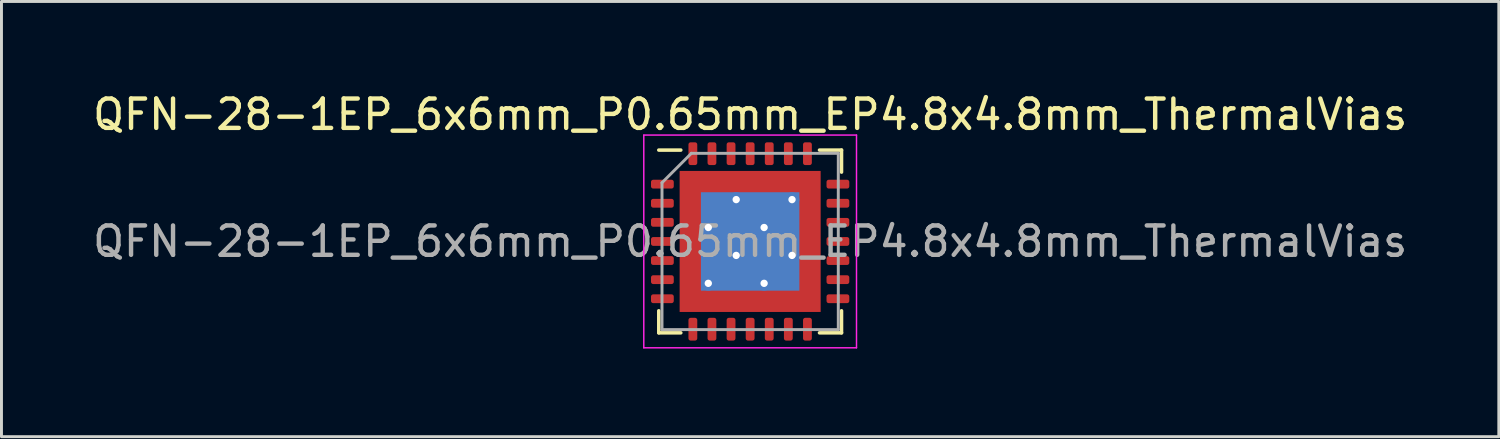
<source format=kicad_pcb>
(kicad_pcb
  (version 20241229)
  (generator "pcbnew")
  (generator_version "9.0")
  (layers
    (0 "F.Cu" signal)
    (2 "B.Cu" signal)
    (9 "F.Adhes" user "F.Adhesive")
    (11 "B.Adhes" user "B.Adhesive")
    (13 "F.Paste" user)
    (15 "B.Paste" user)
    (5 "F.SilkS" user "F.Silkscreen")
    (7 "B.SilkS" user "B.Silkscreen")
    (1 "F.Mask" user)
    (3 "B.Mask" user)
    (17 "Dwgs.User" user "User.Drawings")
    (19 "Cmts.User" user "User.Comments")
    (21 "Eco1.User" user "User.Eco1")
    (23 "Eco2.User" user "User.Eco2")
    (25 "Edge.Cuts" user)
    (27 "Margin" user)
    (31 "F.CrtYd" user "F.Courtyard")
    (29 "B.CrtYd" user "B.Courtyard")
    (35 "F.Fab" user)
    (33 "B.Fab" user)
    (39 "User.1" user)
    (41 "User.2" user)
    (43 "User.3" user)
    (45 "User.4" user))
  (footprint "QFN-28-1EP_6x6mm_P0.65mm_EP4.8x4.8mm_ThermalVias"
    (layer "F.Cu")
    (at 22.482 5.168)
    (property "Reference" "QFN-28-1EP_6x6mm_P0.65mm_EP4.8x4.8mm_ThermalVias" (at 0 -4.32 0) (layer "F.SilkS") (effects (font (size 1 1) (thickness 0.15))))
    (attr smd)
    (fp_line (start -3.11 3.11) (end -3.11 2.36) (stroke (width 0.12) (type solid)) (layer "F.SilkS"))
    (fp_line (start -2.36 -3.11) (end -3.11 -3.11) (stroke (width 0.12) (type solid)) (layer "F.SilkS"))
    (fp_line (start -2.36 3.11) (end -3.11 3.11) (stroke (width 0.12) (type solid)) (layer "F.SilkS"))
    (fp_line (start 2.36 -3.11) (end 3.11 -3.11) (stroke (width 0.12) (type solid)) (layer "F.SilkS"))
    (fp_line (start 2.36 3.11) (end 3.11 3.11) (stroke (width 0.12) (type solid)) (layer "F.SilkS"))
    (fp_line (start 3.11 -3.11) (end 3.11 -2.36) (stroke (width 0.12) (type solid)) (layer "F.SilkS"))
    (fp_line (start 3.11 3.11) (end 3.11 2.36) (stroke (width 0.12) (type solid)) (layer "F.SilkS"))
    (fp_line (start -3.62 -3.62) (end -3.62 3.62) (stroke (width 0.05) (type solid)) (layer "F.CrtYd"))
    (fp_line (start -3.62 3.62) (end 3.62 3.62) (stroke (width 0.05) (type solid)) (layer "F.CrtYd"))
    (fp_line (start 3.62 -3.62) (end -3.62 -3.62) (stroke (width 0.05) (type solid)) (layer "F.CrtYd"))
    (fp_line (start 3.62 3.62) (end 3.62 -3.62) (stroke (width 0.05) (type solid)) (layer "F.CrtYd"))
    (fp_line (start -3 -2) (end -2 -3) (stroke (width 0.1) (type solid)) (layer "F.Fab"))
    (fp_line (start -3 3) (end -3 -2) (stroke (width 0.1) (type solid)) (layer "F.Fab"))
    (fp_line (start -2 -3) (end 3 -3) (stroke (width 0.1) (type solid)) (layer "F.Fab"))
    (fp_line (start 3 -3) (end 3 3) (stroke (width 0.1) (type solid)) (layer "F.Fab"))
    (fp_line (start 3 3) (end -3 3) (stroke (width 0.1) (type solid)) (layer "F.Fab"))
    (fp_text user "${REFERENCE}" (at 0 0 0) (layer "F.Fab") (effects (font (size 1 1) (thickness 0.15))))
    (pad "" smd roundrect (at -1.913 -1.913) (size 0.786 0.786) (layers "F.Paste") (roundrect_rratio 0.25))
    (pad "" smd roundrect (at -1.913 -0.95) (size 0.786 0.766) (layers "F.Paste") (roundrect_rratio 0.25))
    (pad "" smd roundrect (at -1.913 0) (size 0.786 0.766) (layers "F.Paste") (roundrect_rratio 0.25))
    (pad "" smd roundrect (at -1.913 0.95) (size 0.786 0.766) (layers "F.Paste") (roundrect_rratio 0.25))
    (pad "" smd roundrect (at -1.913 1.913) (size 0.786 0.786) (layers "F.Paste") (roundrect_rratio 0.25))
    (pad "" smd roundrect (at -0.95 -1.913) (size 0.766 0.786) (layers "F.Paste") (roundrect_rratio 0.25))
    (pad "" smd roundrect (at -0.95 -0.95) (size 0.766 0.766) (layers "F.Paste") (roundrect_rratio 0.25))
    (pad "" smd roundrect (at -0.95 0) (size 0.766 0.766) (layers "F.Paste") (roundrect_rratio 0.25))
    (pad "" smd roundrect (at -0.95 0.95) (size 0.766 0.766) (layers "F.Paste") (roundrect_rratio 0.25))
    (pad "" smd roundrect (at -0.95 1.913) (size 0.766 0.786) (layers "F.Paste") (roundrect_rratio 0.25))
    (pad "" smd roundrect (at 0 -1.913) (size 0.766 0.786) (layers "F.Paste") (roundrect_rratio 0.25))
    (pad "" smd roundrect (at 0 -0.95) (size 0.766 0.766) (layers "F.Paste") (roundrect_rratio 0.25))
    (pad "" smd roundrect (at 0 0) (size 0.766 0.766) (layers "F.Paste") (roundrect_rratio 0.25))
    (pad "" smd roundrect (at 0 0.95) (size 0.766 0.766) (layers "F.Paste") (roundrect_rratio 0.25))
    (pad "" smd roundrect (at 0 1.913) (size 0.766 0.786) (layers "F.Paste") (roundrect_rratio 0.25))
    (pad "" smd roundrect (at 0.95 -1.913) (size 0.766 0.786) (layers "F.Paste") (roundrect_rratio 0.25))
    (pad "" smd roundrect (at 0.95 -0.95) (size 0.766 0.766) (layers "F.Paste") (roundrect_rratio 0.25))
    (pad "" smd roundrect (at 0.95 0) (size 0.766 0.766) (layers "F.Paste") (roundrect_rratio 0.25))
    (pad "" smd roundrect (at 0.95 0.95) (size 0.766 0.766) (layers "F.Paste") (roundrect_rratio 0.25))
    (pad "" smd roundrect (at 0.95 1.913) (size 0.766 0.786) (layers "F.Paste") (roundrect_rratio 0.25))
    (pad "" smd roundrect (at 1.913 -1.913) (size 0.786 0.786) (layers "F.Paste") (roundrect_rratio 0.25))
    (pad "" smd roundrect (at 1.913 -0.95) (size 0.786 0.766) (layers "F.Paste") (roundrect_rratio 0.25))
    (pad "" smd roundrect (at 1.913 0) (size 0.786 0.766) (layers "F.Paste") (roundrect_rratio 0.25))
    (pad "" smd roundrect (at 1.913 0.95) (size 0.786 0.766) (layers "F.Paste") (roundrect_rratio 0.25))
    (pad "" smd roundrect (at 1.913 1.913) (size 0.786 0.786) (layers "F.Paste") (roundrect_rratio 0.25))
    (pad "1" smd roundrect (at -2.987 -1.95) (size 0.775 0.3) (layers "F.Cu" "F.Mask" "F.Paste") (roundrect_rratio 0.25))
    (pad "2" smd roundrect (at -2.987 -1.3) (size 0.775 0.3) (layers "F.Cu" "F.Mask" "F.Paste") (roundrect_rratio 0.25))
    (pad "3" smd roundrect (at -2.987 -0.65) (size 0.775 0.3) (layers "F.Cu" "F.Mask" "F.Paste") (roundrect_rratio 0.25))
    (pad "4" smd roundrect (at -2.987 0) (size 0.775 0.3) (layers "F.Cu" "F.Mask" "F.Paste") (roundrect_rratio 0.25))
    (pad "5" smd roundrect (at -2.987 0.65) (size 0.775 0.3) (layers "F.Cu" "F.Mask" "F.Paste") (roundrect_rratio 0.25))
    (pad "6" smd roundrect (at -2.987 1.3) (size 0.775 0.3) (layers "F.Cu" "F.Mask" "F.Paste") (roundrect_rratio 0.25))
    (pad "7" smd roundrect (at -2.987 1.95) (size 0.775 0.3) (layers "F.Cu" "F.Mask" "F.Paste") (roundrect_rratio 0.25))
    (pad "8" smd roundrect (at -1.95 2.987) (size 0.3 0.775) (layers "F.Cu" "F.Mask" "F.Paste") (roundrect_rratio 0.25))
    (pad "9" smd roundrect (at -1.3 2.987) (size 0.3 0.775) (layers "F.Cu" "F.Mask" "F.Paste") (roundrect_rratio 0.25))
    (pad "10" smd roundrect (at -0.65 2.987) (size 0.3 0.775) (layers "F.Cu" "F.Mask" "F.Paste") (roundrect_rratio 0.25))
    (pad "11" smd roundrect (at 0 2.987) (size 0.3 0.775) (layers "F.Cu" "F.Mask" "F.Paste") (roundrect_rratio 0.25))
    (pad "12" smd roundrect (at 0.65 2.987) (size 0.3 0.775) (layers "F.Cu" "F.Mask" "F.Paste") (roundrect_rratio 0.25))
    (pad "13" smd roundrect (at 1.3 2.987) (size 0.3 0.775) (layers "F.Cu" "F.Mask" "F.Paste") (roundrect_rratio 0.25))
    (pad "14" smd roundrect (at 1.95 2.987) (size 0.3 0.775) (layers "F.Cu" "F.Mask" "F.Paste") (roundrect_rratio 0.25))
    (pad "15" smd roundrect (at 2.987 1.95) (size 0.775 0.3) (layers "F.Cu" "F.Mask" "F.Paste") (roundrect_rratio 0.25))
    (pad "16" smd roundrect (at 2.987 1.3) (size 0.775 0.3) (layers "F.Cu" "F.Mask" "F.Paste") (roundrect_rratio 0.25))
    (pad "17" smd roundrect (at 2.987 0.65) (size 0.775 0.3) (layers "F.Cu" "F.Mask" "F.Paste") (roundrect_rratio 0.25))
    (pad "18" smd roundrect (at 2.987 0) (size 0.775 0.3) (layers "F.Cu" "F.Mask" "F.Paste") (roundrect_rratio 0.25))
    (pad "19" smd roundrect (at 2.987 -0.65) (size 0.775 0.3) (layers "F.Cu" "F.Mask" "F.Paste") (roundrect_rratio 0.25))
    (pad "20" smd roundrect (at 2.987 -1.3) (size 0.775 0.3) (layers "F.Cu" "F.Mask" "F.Paste") (roundrect_rratio 0.25))
    (pad "21" smd roundrect (at 2.987 -1.95) (size 0.775 0.3) (layers "F.Cu" "F.Mask" "F.Paste") (roundrect_rratio 0.25))
    (pad "22" smd roundrect (at 1.95 -2.987) (size 0.3 0.775) (layers "F.Cu" "F.Mask" "F.Paste") (roundrect_rratio 0.25))
    (pad "23" smd roundrect (at 1.3 -2.987) (size 0.3 0.775) (layers "F.Cu" "F.Mask" "F.Paste") (roundrect_rratio 0.25))
    (pad "24" smd roundrect (at 0.65 -2.987) (size 0.3 0.775) (layers "F.Cu" "F.Mask" "F.Paste") (roundrect_rratio 0.25))
    (pad "25" smd roundrect (at 0 -2.987) (size 0.3 0.775) (layers "F.Cu" "F.Mask" "F.Paste") (roundrect_rratio 0.25))
    (pad "26" smd roundrect (at -0.65 -2.987) (size 0.3 0.775) (layers "F.Cu" "F.Mask" "F.Paste") (roundrect_rratio 0.25))
    (pad "27" smd roundrect (at -1.3 -2.987) (size 0.3 0.775) (layers "F.Cu" "F.Mask" "F.Paste") (roundrect_rratio 0.25))
    (pad "28" smd roundrect (at -1.95 -2.987) (size 0.3 0.775) (layers "F.Cu" "F.Mask" "F.Paste") (roundrect_rratio 0.25))
    (pad "29" thru_hole circle (at -1.425 -0.475) (size 0.5 0.5) (drill 0.25) (layers "*.Cu"))
    (pad "29" thru_hole circle (at -1.425 1.425) (size 0.5 0.5) (drill 0.25) (layers "*.Cu"))
    (pad "29" thru_hole circle (at -0.475 -1.425) (size 0.5 0.5) (drill 0.25) (layers "*.Cu"))
    (pad "29" thru_hole circle (at -0.475 0.475) (size 0.5 0.5) (drill 0.25) (layers "*.Cu"))
    (pad "29" smd rect (at 0 0) (size 3.35 3.35) (layers "B.Cu"))
    (pad "29" smd rect (at 0 0) (size 4.8 4.8) (layers "F.Cu" "F.Mask"))
    (pad "29" thru_hole circle (at 0.475 -0.475) (size 0.5 0.5) (drill 0.25) (layers "*.Cu"))
    (pad "29" thru_hole circle (at 0.475 1.425) (size 0.5 0.5) (drill 0.25) (layers "*.Cu"))
    (pad "29" thru_hole circle (at 1.425 -1.425) (size 0.5 0.5) (drill 0.25) (layers "*.Cu"))
    (pad "29" thru_hole circle (at 1.425 0.475) (size 0.5 0.5) (drill 0.25) (layers "*.Cu")))
  (gr_rect
    (start -3 -3)
    (end 47.964 11.813)
    (stroke (width 0.1) (type default))
    (fill no)
    (layer "Edge.Cuts")))
</source>
